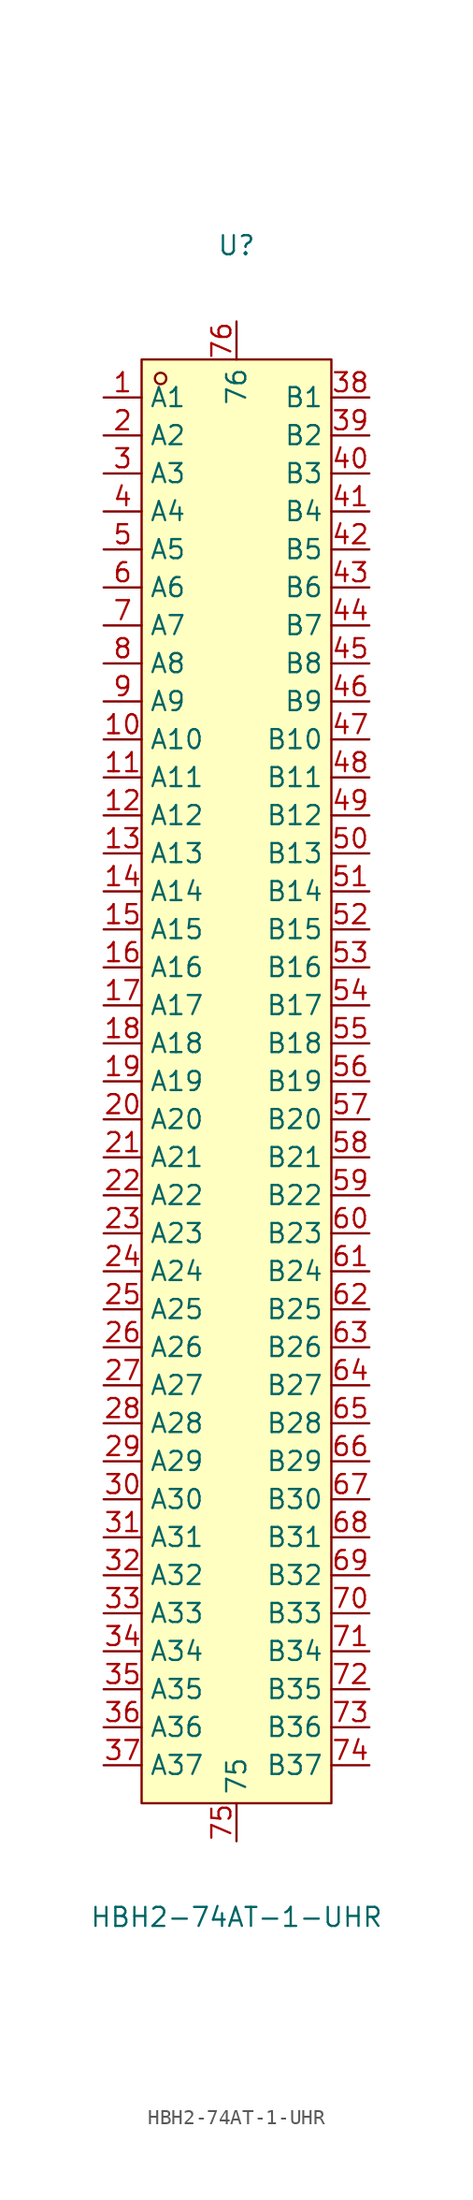
<source format=kicad_sym>
(kicad_symbol_lib
  (version 20211014)
  (generator https://github.com/uPesy/easyeda2kicad.py)
  (symbol "HBH2-74AT-1-UHR"
    (property "Reference" "U"
      (at 0 55.88 0)
      (effects (font (size 1.27 1.27))))
    (property "Value" "HBH2-74AT-1-UHR"
      (at 0 -55.88 0)
      (effects (font (size 1.27 1.27))))
    (symbol "HBH2-74AT-1-UHR_0_1"
      (rectangle (start -6.35 48.26) (end 6.35 -48.26) (stroke (width 0) (type default) (color 0 0 0 0)) (fill (type background)))
      (circle (center -5.08 46.99) (radius 0.38) (stroke (width 0) (type default) (color 0 0 0 0)) (fill (type none)))
      (pin unspecified line (at -8.89 45.72 0) (length 2.54) (name "A1" (effects (font (size 1.27 1.27)))) (number "1" (effects (font (size 1.27 1.27)))))
      (pin unspecified line (at -8.89 43.18 0) (length 2.54) (name "A2" (effects (font (size 1.27 1.27)))) (number "2" (effects (font (size 1.27 1.27)))))
      (pin unspecified line (at -8.89 40.64 0) (length 2.54) (name "A3" (effects (font (size 1.27 1.27)))) (number "3" (effects (font (size 1.27 1.27)))))
      (pin unspecified line (at -8.89 38.10 0) (length 2.54) (name "A4" (effects (font (size 1.27 1.27)))) (number "4" (effects (font (size 1.27 1.27)))))
      (pin unspecified line (at -8.89 35.56 0) (length 2.54) (name "A5" (effects (font (size 1.27 1.27)))) (number "5" (effects (font (size 1.27 1.27)))))
      (pin unspecified line (at -8.89 33.02 0) (length 2.54) (name "A6" (effects (font (size 1.27 1.27)))) (number "6" (effects (font (size 1.27 1.27)))))
      (pin unspecified line (at -8.89 30.48 0) (length 2.54) (name "A7" (effects (font (size 1.27 1.27)))) (number "7" (effects (font (size 1.27 1.27)))))
      (pin unspecified line (at -8.89 27.94 0) (length 2.54) (name "A8" (effects (font (size 1.27 1.27)))) (number "8" (effects (font (size 1.27 1.27)))))
      (pin unspecified line (at -8.89 25.40 0) (length 2.54) (name "A9" (effects (font (size 1.27 1.27)))) (number "9" (effects (font (size 1.27 1.27)))))
      (pin unspecified line (at -8.89 22.86 0) (length 2.54) (name "A10" (effects (font (size 1.27 1.27)))) (number "10" (effects (font (size 1.27 1.27)))))
      (pin unspecified line (at -8.89 20.32 0) (length 2.54) (name "A11" (effects (font (size 1.27 1.27)))) (number "11" (effects (font (size 1.27 1.27)))))
      (pin unspecified line (at -8.89 17.78 0) (length 2.54) (name "A12" (effects (font (size 1.27 1.27)))) (number "12" (effects (font (size 1.27 1.27)))))
      (pin unspecified line (at -8.89 15.24 0) (length 2.54) (name "A13" (effects (font (size 1.27 1.27)))) (number "13" (effects (font (size 1.27 1.27)))))
      (pin unspecified line (at -8.89 12.70 0) (length 2.54) (name "A14" (effects (font (size 1.27 1.27)))) (number "14" (effects (font (size 1.27 1.27)))))
      (pin unspecified line (at -8.89 10.16 0) (length 2.54) (name "A15" (effects (font (size 1.27 1.27)))) (number "15" (effects (font (size 1.27 1.27)))))
      (pin unspecified line (at -8.89 7.62 0) (length 2.54) (name "A16" (effects (font (size 1.27 1.27)))) (number "16" (effects (font (size 1.27 1.27)))))
      (pin unspecified line (at -8.89 5.08 0) (length 2.54) (name "A17" (effects (font (size 1.27 1.27)))) (number "17" (effects (font (size 1.27 1.27)))))
      (pin unspecified line (at -8.89 2.54 0) (length 2.54) (name "A18" (effects (font (size 1.27 1.27)))) (number "18" (effects (font (size 1.27 1.27)))))
      (pin unspecified line (at -8.89 -0.00 0) (length 2.54) (name "A19" (effects (font (size 1.27 1.27)))) (number "19" (effects (font (size 1.27 1.27)))))
      (pin unspecified line (at -8.89 -2.54 0) (length 2.54) (name "A20" (effects (font (size 1.27 1.27)))) (number "20" (effects (font (size 1.27 1.27)))))
      (pin unspecified line (at -8.89 -5.08 0) (length 2.54) (name "A21" (effects (font (size 1.27 1.27)))) (number "21" (effects (font (size 1.27 1.27)))))
      (pin unspecified line (at -8.89 -7.62 0) (length 2.54) (name "A22" (effects (font (size 1.27 1.27)))) (number "22" (effects (font (size 1.27 1.27)))))
      (pin unspecified line (at -8.89 -10.16 0) (length 2.54) (name "A23" (effects (font (size 1.27 1.27)))) (number "23" (effects (font (size 1.27 1.27)))))
      (pin unspecified line (at -8.89 -12.70 0) (length 2.54) (name "A24" (effects (font (size 1.27 1.27)))) (number "24" (effects (font (size 1.27 1.27)))))
      (pin unspecified line (at -8.89 -15.24 0) (length 2.54) (name "A25" (effects (font (size 1.27 1.27)))) (number "25" (effects (font (size 1.27 1.27)))))
      (pin unspecified line (at -8.89 -17.78 0) (length 2.54) (name "A26" (effects (font (size 1.27 1.27)))) (number "26" (effects (font (size 1.27 1.27)))))
      (pin unspecified line (at -8.89 -20.32 0) (length 2.54) (name "A27" (effects (font (size 1.27 1.27)))) (number "27" (effects (font (size 1.27 1.27)))))
      (pin unspecified line (at -8.89 -22.86 0) (length 2.54) (name "A28" (effects (font (size 1.27 1.27)))) (number "28" (effects (font (size 1.27 1.27)))))
      (pin unspecified line (at -8.89 -25.40 0) (length 2.54) (name "A29" (effects (font (size 1.27 1.27)))) (number "29" (effects (font (size 1.27 1.27)))))
      (pin unspecified line (at -8.89 -27.94 0) (length 2.54) (name "A30" (effects (font (size 1.27 1.27)))) (number "30" (effects (font (size 1.27 1.27)))))
      (pin unspecified line (at -8.89 -30.48 0) (length 2.54) (name "A31" (effects (font (size 1.27 1.27)))) (number "31" (effects (font (size 1.27 1.27)))))
      (pin unspecified line (at -8.89 -33.02 0) (length 2.54) (name "A32" (effects (font (size 1.27 1.27)))) (number "32" (effects (font (size 1.27 1.27)))))
      (pin unspecified line (at -8.89 -35.56 0) (length 2.54) (name "A33" (effects (font (size 1.27 1.27)))) (number "33" (effects (font (size 1.27 1.27)))))
      (pin unspecified line (at -8.89 -38.10 0) (length 2.54) (name "A34" (effects (font (size 1.27 1.27)))) (number "34" (effects (font (size 1.27 1.27)))))
      (pin unspecified line (at -8.89 -40.64 0) (length 2.54) (name "A35" (effects (font (size 1.27 1.27)))) (number "35" (effects (font (size 1.27 1.27)))))
      (pin unspecified line (at -8.89 -43.18 0) (length 2.54) (name "A36" (effects (font (size 1.27 1.27)))) (number "36" (effects (font (size 1.27 1.27)))))
      (pin unspecified line (at -8.89 -45.72 0) (length 2.54) (name "A37" (effects (font (size 1.27 1.27)))) (number "37" (effects (font (size 1.27 1.27)))))
      (pin unspecified line (at 8.89 45.72 180) (length 2.54) (name "B1" (effects (font (size 1.27 1.27)))) (number "38" (effects (font (size 1.27 1.27)))))
      (pin unspecified line (at 8.89 43.18 180) (length 2.54) (name "B2" (effects (font (size 1.27 1.27)))) (number "39" (effects (font (size 1.27 1.27)))))
      (pin unspecified line (at 8.89 40.64 180) (length 2.54) (name "B3" (effects (font (size 1.27 1.27)))) (number "40" (effects (font (size 1.27 1.27)))))
      (pin unspecified line (at 8.89 38.10 180) (length 2.54) (name "B4" (effects (font (size 1.27 1.27)))) (number "41" (effects (font (size 1.27 1.27)))))
      (pin unspecified line (at 8.89 35.56 180) (length 2.54) (name "B5" (effects (font (size 1.27 1.27)))) (number "42" (effects (font (size 1.27 1.27)))))
      (pin unspecified line (at 8.89 33.02 180) (length 2.54) (name "B6" (effects (font (size 1.27 1.27)))) (number "43" (effects (font (size 1.27 1.27)))))
      (pin unspecified line (at 8.89 30.48 180) (length 2.54) (name "B7" (effects (font (size 1.27 1.27)))) (number "44" (effects (font (size 1.27 1.27)))))
      (pin unspecified line (at 8.89 27.94 180) (length 2.54) (name "B8" (effects (font (size 1.27 1.27)))) (number "45" (effects (font (size 1.27 1.27)))))
      (pin unspecified line (at 8.89 25.40 180) (length 2.54) (name "B9" (effects (font (size 1.27 1.27)))) (number "46" (effects (font (size 1.27 1.27)))))
      (pin unspecified line (at 8.89 22.86 180) (length 2.54) (name "B10" (effects (font (size 1.27 1.27)))) (number "47" (effects (font (size 1.27 1.27)))))
      (pin unspecified line (at 8.89 20.32 180) (length 2.54) (name "B11" (effects (font (size 1.27 1.27)))) (number "48" (effects (font (size 1.27 1.27)))))
      (pin unspecified line (at 8.89 17.78 180) (length 2.54) (name "B12" (effects (font (size 1.27 1.27)))) (number "49" (effects (font (size 1.27 1.27)))))
      (pin unspecified line (at 8.89 15.24 180) (length 2.54) (name "B13" (effects (font (size 1.27 1.27)))) (number "50" (effects (font (size 1.27 1.27)))))
      (pin unspecified line (at 8.89 12.70 180) (length 2.54) (name "B14" (effects (font (size 1.27 1.27)))) (number "51" (effects (font (size 1.27 1.27)))))
      (pin unspecified line (at 8.89 10.16 180) (length 2.54) (name "B15" (effects (font (size 1.27 1.27)))) (number "52" (effects (font (size 1.27 1.27)))))
      (pin unspecified line (at 8.89 7.62 180) (length 2.54) (name "B16" (effects (font (size 1.27 1.27)))) (number "53" (effects (font (size 1.27 1.27)))))
      (pin unspecified line (at 8.89 5.08 180) (length 2.54) (name "B17" (effects (font (size 1.27 1.27)))) (number "54" (effects (font (size 1.27 1.27)))))
      (pin unspecified line (at 8.89 2.54 180) (length 2.54) (name "B18" (effects (font (size 1.27 1.27)))) (number "55" (effects (font (size 1.27 1.27)))))
      (pin unspecified line (at 8.89 -0.00 180) (length 2.54) (name "B19" (effects (font (size 1.27 1.27)))) (number "56" (effects (font (size 1.27 1.27)))))
      (pin unspecified line (at 8.89 -2.54 180) (length 2.54) (name "B20" (effects (font (size 1.27 1.27)))) (number "57" (effects (font (size 1.27 1.27)))))
      (pin unspecified line (at 8.89 -5.08 180) (length 2.54) (name "B21" (effects (font (size 1.27 1.27)))) (number "58" (effects (font (size 1.27 1.27)))))
      (pin unspecified line (at 8.89 -7.62 180) (length 2.54) (name "B22" (effects (font (size 1.27 1.27)))) (number "59" (effects (font (size 1.27 1.27)))))
      (pin unspecified line (at 8.89 -10.16 180) (length 2.54) (name "B23" (effects (font (size 1.27 1.27)))) (number "60" (effects (font (size 1.27 1.27)))))
      (pin unspecified line (at 8.89 -12.70 180) (length 2.54) (name "B24" (effects (font (size 1.27 1.27)))) (number "61" (effects (font (size 1.27 1.27)))))
      (pin unspecified line (at 8.89 -15.24 180) (length 2.54) (name "B25" (effects (font (size 1.27 1.27)))) (number "62" (effects (font (size 1.27 1.27)))))
      (pin unspecified line (at 8.89 -17.78 180) (length 2.54) (name "B26" (effects (font (size 1.27 1.27)))) (number "63" (effects (font (size 1.27 1.27)))))
      (pin unspecified line (at 8.89 -20.32 180) (length 2.54) (name "B27" (effects (font (size 1.27 1.27)))) (number "64" (effects (font (size 1.27 1.27)))))
      (pin unspecified line (at 8.89 -22.86 180) (length 2.54) (name "B28" (effects (font (size 1.27 1.27)))) (number "65" (effects (font (size 1.27 1.27)))))
      (pin unspecified line (at 8.89 -25.40 180) (length 2.54) (name "B29" (effects (font (size 1.27 1.27)))) (number "66" (effects (font (size 1.27 1.27)))))
      (pin unspecified line (at 8.89 -27.94 180) (length 2.54) (name "B30" (effects (font (size 1.27 1.27)))) (number "67" (effects (font (size 1.27 1.27)))))
      (pin unspecified line (at 8.89 -30.48 180) (length 2.54) (name "B31" (effects (font (size 1.27 1.27)))) (number "68" (effects (font (size 1.27 1.27)))))
      (pin unspecified line (at 8.89 -33.02 180) (length 2.54) (name "B32" (effects (font (size 1.27 1.27)))) (number "69" (effects (font (size 1.27 1.27)))))
      (pin unspecified line (at 8.89 -35.56 180) (length 2.54) (name "B33" (effects (font (size 1.27 1.27)))) (number "70" (effects (font (size 1.27 1.27)))))
      (pin unspecified line (at 8.89 -38.10 180) (length 2.54) (name "B34" (effects (font (size 1.27 1.27)))) (number "71" (effects (font (size 1.27 1.27)))))
      (pin unspecified line (at 8.89 -40.64 180) (length 2.54) (name "B35" (effects (font (size 1.27 1.27)))) (number "72" (effects (font (size 1.27 1.27)))))
      (pin unspecified line (at 8.89 -43.18 180) (length 2.54) (name "B36" (effects (font (size 1.27 1.27)))) (number "73" (effects (font (size 1.27 1.27)))))
      (pin unspecified line (at 8.89 -45.72 180) (length 2.54) (name "B37" (effects (font (size 1.27 1.27)))) (number "74" (effects (font (size 1.27 1.27)))))
      (pin unspecified line (at 0.00 -50.80 90) (length 2.54) (name "75" (effects (font (size 1.27 1.27)))) (number "75" (effects (font (size 1.27 1.27)))))
      (pin unspecified line (at 0.00 50.80 270) (length 2.54) (name "76" (effects (font (size 1.27 1.27)))) (number "76" (effects (font (size 1.27 1.27))))))))
</source>
